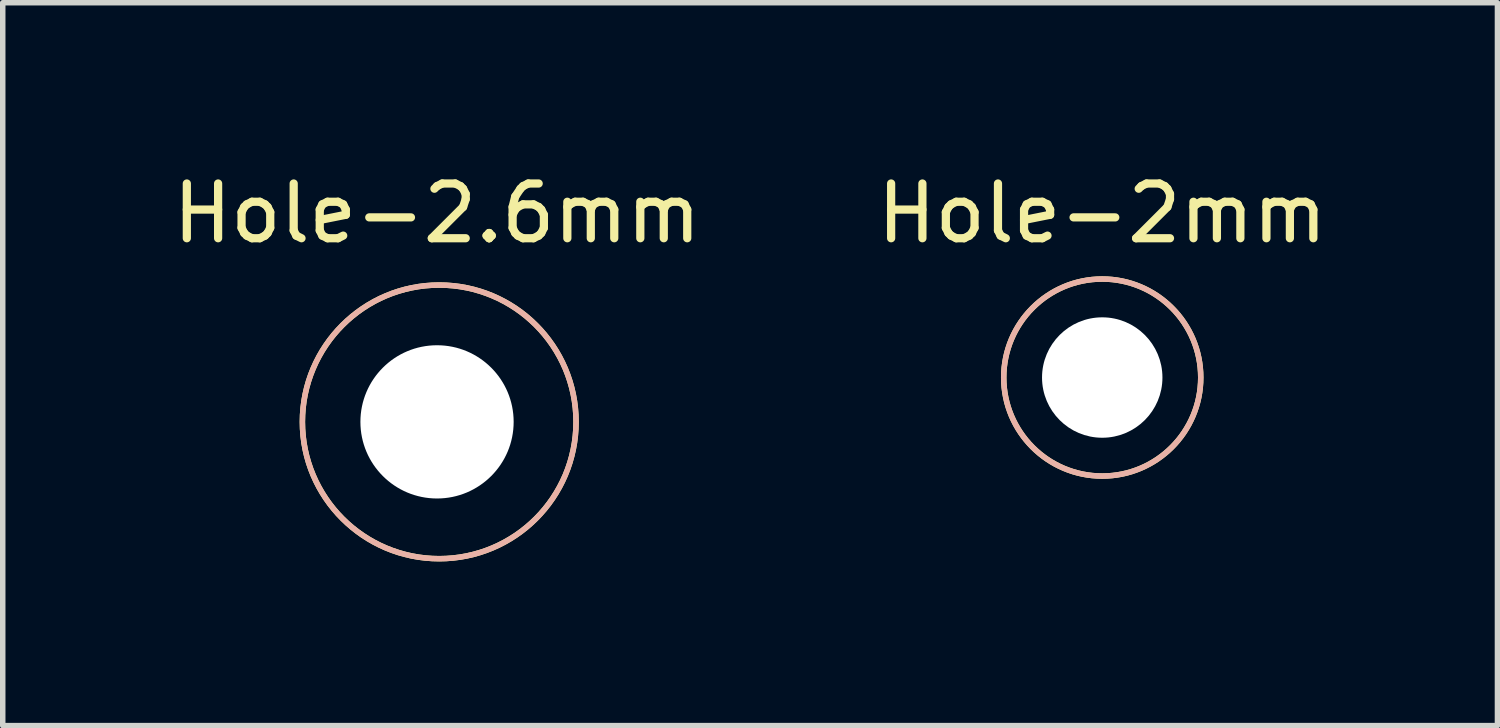
<source format=kicad_pcb>
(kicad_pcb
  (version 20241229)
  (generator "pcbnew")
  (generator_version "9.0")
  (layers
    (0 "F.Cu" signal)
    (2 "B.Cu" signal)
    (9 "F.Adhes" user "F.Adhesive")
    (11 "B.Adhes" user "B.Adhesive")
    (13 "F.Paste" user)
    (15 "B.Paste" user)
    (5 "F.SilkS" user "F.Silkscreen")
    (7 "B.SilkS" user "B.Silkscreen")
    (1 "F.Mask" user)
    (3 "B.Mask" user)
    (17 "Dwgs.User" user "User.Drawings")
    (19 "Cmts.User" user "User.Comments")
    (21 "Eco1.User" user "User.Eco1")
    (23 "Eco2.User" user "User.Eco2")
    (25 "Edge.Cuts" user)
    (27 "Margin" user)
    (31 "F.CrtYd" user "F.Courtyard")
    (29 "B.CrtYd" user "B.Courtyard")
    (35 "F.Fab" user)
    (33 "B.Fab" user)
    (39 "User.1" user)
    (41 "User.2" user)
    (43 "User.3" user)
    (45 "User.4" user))
  (footprint "Hole-2mm"
    (layer "F.Cu")
    (at 17.089 3.848)
    (property "Reference" "Hole-2mm" (at 0 -3 0) (unlocked yes) (layer "F.SilkS") (effects (font (size 1 1) (thickness 0.15))))
    (attr through_hole)
    (fp_circle (center 0 0) (end 1.8 0) (stroke (width 0.1) (type solid)) (fill no) (layer "F.SilkS"))
    (fp_circle (center 0 0) (end 1.8 0) (stroke (width 0.1) (type solid)) (fill no) (layer "B.SilkS"))
    (pad "" np_thru_hole circle (at 0 0) (size 2.2 2.2) (drill 2.2) (layers "*.Cu" "*.Mask")))
  (footprint "Hole-2.6mm"
    (layer "F.Cu")
    (at 4.935 4.658)
    (property "Reference" "Hole-2.6mm" (at 0 -3.81 0) (unlocked yes) (layer "F.SilkS") (effects (font (size 1 1) (thickness 0.15))))
    (attr through_hole)
    (fp_circle (center 0.04 0) (end 2.54 0) (stroke (width 0.1) (type solid)) (fill no) (layer "F.SilkS"))
    (fp_circle (center 0.04 0) (end 2.54 0) (stroke (width 0.1) (type solid)) (fill no) (layer "B.SilkS"))
    (pad "" np_thru_hole circle (at 0 0) (size 2.8 2.8) (drill 2.8) (layers "*.Cu" "*.Mask")))
  (gr_rect
    (start -3 -3)
    (end 24.31 10.208)
    (stroke (width 0.1) (type default))
    (fill no)
    (layer "Edge.Cuts")))
</source>
